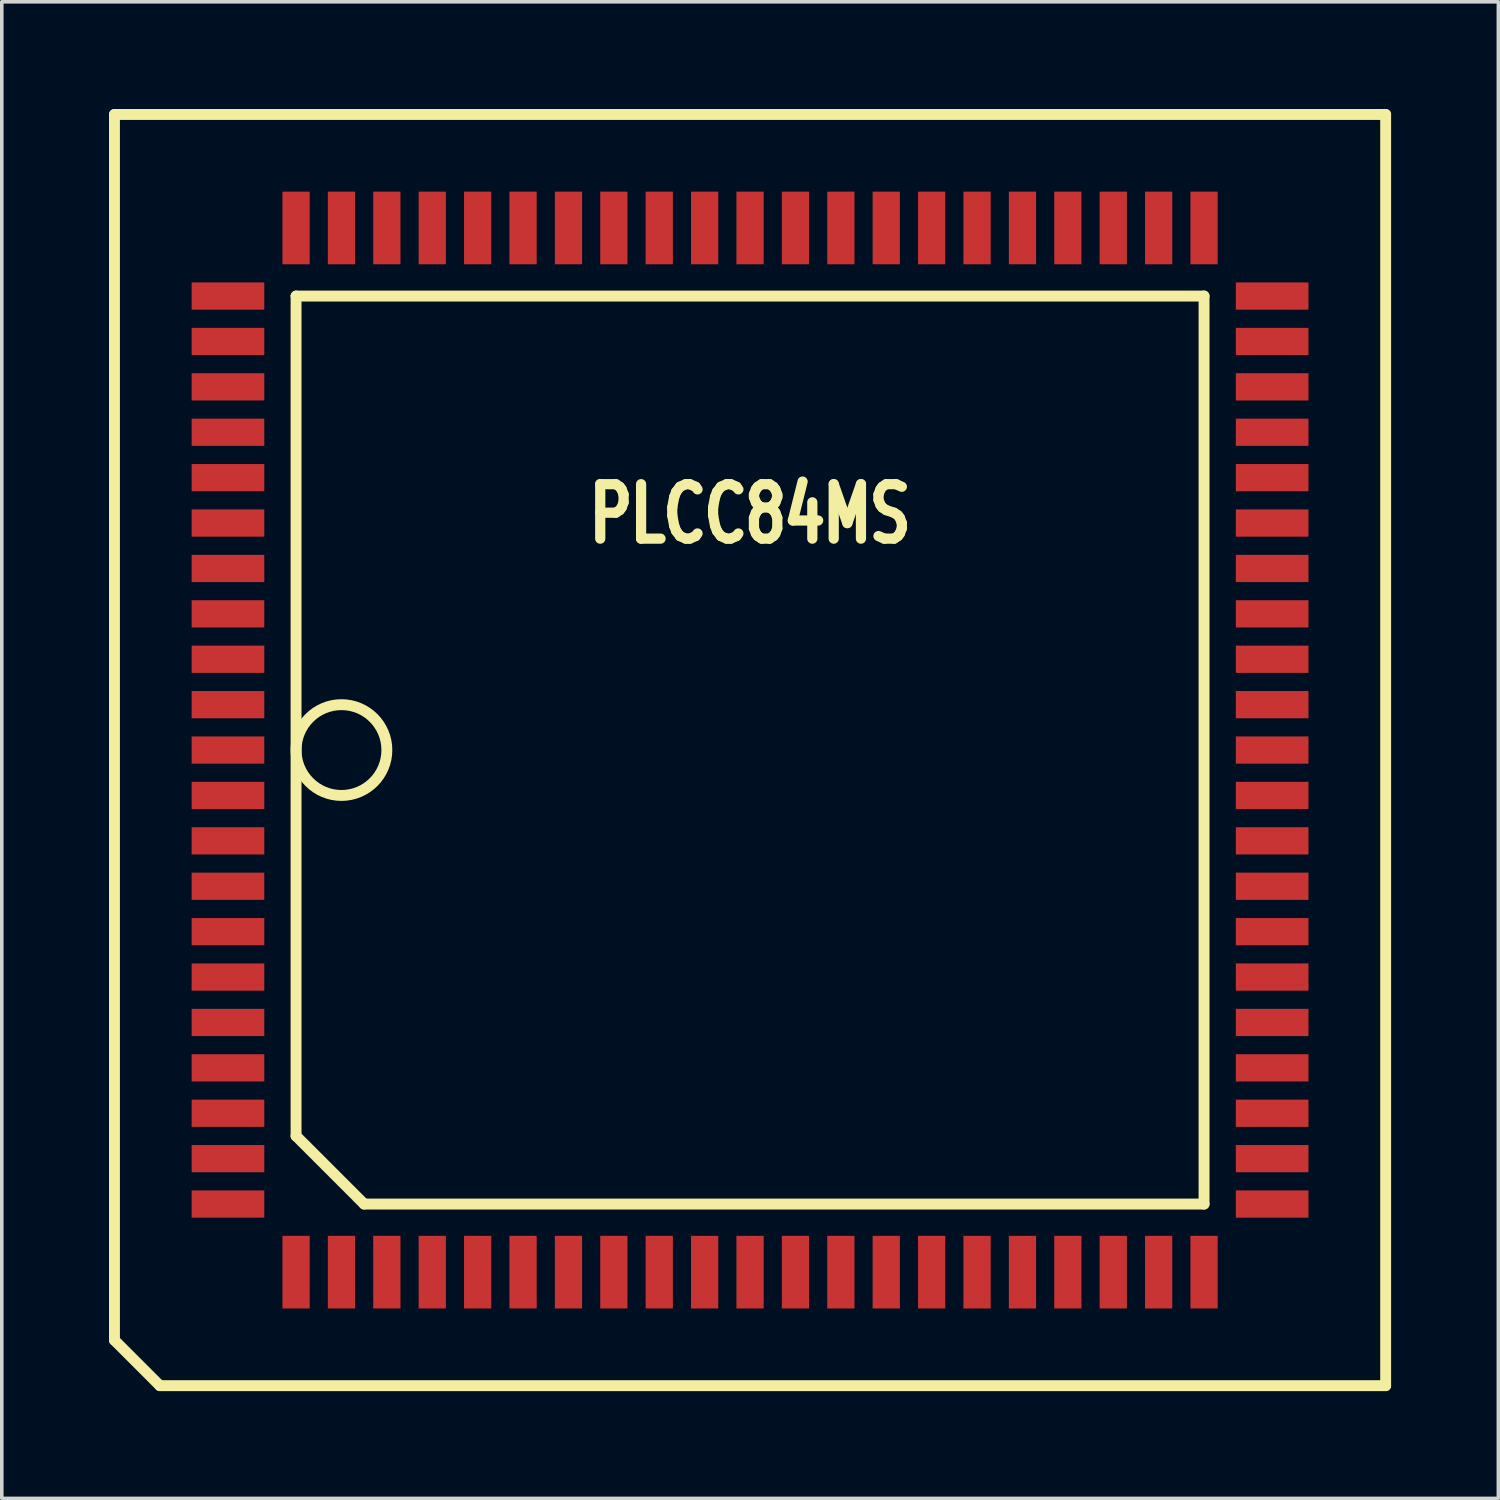
<source format=kicad_pcb>
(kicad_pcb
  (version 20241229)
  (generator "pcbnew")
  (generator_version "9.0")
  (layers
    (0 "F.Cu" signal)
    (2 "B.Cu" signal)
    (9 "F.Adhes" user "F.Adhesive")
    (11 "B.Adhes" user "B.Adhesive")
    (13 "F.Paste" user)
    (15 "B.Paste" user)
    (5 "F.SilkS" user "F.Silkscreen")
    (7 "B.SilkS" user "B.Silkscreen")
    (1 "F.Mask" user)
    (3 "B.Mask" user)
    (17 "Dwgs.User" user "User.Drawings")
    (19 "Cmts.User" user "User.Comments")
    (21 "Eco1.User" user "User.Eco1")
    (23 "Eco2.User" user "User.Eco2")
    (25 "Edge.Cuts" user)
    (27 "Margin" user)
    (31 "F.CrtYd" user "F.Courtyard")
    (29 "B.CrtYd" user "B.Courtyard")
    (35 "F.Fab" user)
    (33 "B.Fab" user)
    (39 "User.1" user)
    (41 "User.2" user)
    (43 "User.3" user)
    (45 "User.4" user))
  (footprint "PLCC84MS"
    (layer "F.Cu")
    (at 17.932 17.932)
    (property "Reference" "PLCC84MS" (at 0 -6.604 0) (layer "F.SilkS") (effects (font (size 1.524 1.143) (thickness 0.305))))
    (attr smd)
    (fp_line (start -17.78 -17.78) (end -17.78 16.51) (stroke (width 0.305) (type solid)) (layer "F.SilkS"))
    (fp_line (start -17.78 16.51) (end -16.51 17.78) (stroke (width 0.305) (type solid)) (layer "F.SilkS"))
    (fp_line (start -16.51 17.78) (end 17.78 17.78) (stroke (width 0.305) (type solid)) (layer "F.SilkS"))
    (fp_line (start -12.7 -12.7) (end 12.7 -12.7) (stroke (width 0.305) (type solid)) (layer "F.SilkS"))
    (fp_line (start -12.7 10.795) (end -12.7 -12.7) (stroke (width 0.305) (type solid)) (layer "F.SilkS"))
    (fp_line (start -10.795 12.7) (end -12.7 10.795) (stroke (width 0.305) (type solid)) (layer "F.SilkS"))
    (fp_line (start 12.7 -12.7) (end 12.7 12.7) (stroke (width 0.305) (type solid)) (layer "F.SilkS"))
    (fp_line (start 12.7 12.7) (end -10.795 12.7) (stroke (width 0.305) (type solid)) (layer "F.SilkS"))
    (fp_line (start 17.78 -17.78) (end -17.78 -17.78) (stroke (width 0.305) (type solid)) (layer "F.SilkS"))
    (fp_line (start 17.78 17.78) (end 17.78 -17.78) (stroke (width 0.305) (type solid)) (layer "F.SilkS"))
    (fp_circle (center -11.43 0) (end -12.7 0) (stroke (width 0.305) (type solid)) (fill no) (layer "F.SilkS"))
    (pad "1" smd rect (at -14.605 0) (size 2.032 0.762) (layers "F.Cu" "F.Mask" "F.Paste"))
    (pad "2" smd rect (at -14.605 1.27) (size 2.032 0.762) (layers "F.Cu" "F.Mask" "F.Paste"))
    (pad "3" smd rect (at -14.605 2.54) (size 2.032 0.762) (layers "F.Cu" "F.Mask" "F.Paste"))
    (pad "4" smd rect (at -14.605 3.81) (size 2.032 0.762) (layers "F.Cu" "F.Mask" "F.Paste"))
    (pad "5" smd rect (at -14.605 5.08) (size 2.032 0.762) (layers "F.Cu" "F.Mask" "F.Paste"))
    (pad "6" smd rect (at -14.605 6.35) (size 2.032 0.762) (layers "F.Cu" "F.Mask" "F.Paste"))
    (pad "7" smd rect (at -14.605 7.62) (size 2.032 0.762) (layers "F.Cu" "F.Mask" "F.Paste"))
    (pad "8" smd rect (at -14.605 8.89) (size 2.032 0.762) (layers "F.Cu" "F.Mask" "F.Paste"))
    (pad "9" smd rect (at -14.605 10.16) (size 2.032 0.762) (layers "F.Cu" "F.Mask" "F.Paste"))
    (pad "10" smd rect (at -14.605 11.43) (size 2.032 0.762) (layers "F.Cu" "F.Mask" "F.Paste"))
    (pad "11" smd rect (at -14.605 12.7) (size 2.032 0.762) (layers "F.Cu" "F.Mask" "F.Paste"))
    (pad "12" smd rect (at -12.7 14.605) (size 0.762 2.032) (layers "F.Cu" "F.Mask" "F.Paste"))
    (pad "13" smd rect (at -11.43 14.605) (size 0.762 2.032) (layers "F.Cu" "F.Mask" "F.Paste"))
    (pad "14" smd rect (at -10.16 14.605) (size 0.762 2.032) (layers "F.Cu" "F.Mask" "F.Paste"))
    (pad "15" smd rect (at -8.89 14.605) (size 0.762 2.032) (layers "F.Cu" "F.Mask" "F.Paste"))
    (pad "16" smd rect (at -7.62 14.605) (size 0.762 2.032) (layers "F.Cu" "F.Mask" "F.Paste"))
    (pad "17" smd rect (at -6.35 14.605) (size 0.762 2.032) (layers "F.Cu" "F.Mask" "F.Paste"))
    (pad "18" smd rect (at -5.08 14.605) (size 0.762 2.032) (layers "F.Cu" "F.Mask" "F.Paste"))
    (pad "19" smd rect (at -3.81 14.605) (size 0.762 2.032) (layers "F.Cu" "F.Mask" "F.Paste"))
    (pad "20" smd rect (at -2.54 14.605) (size 0.762 2.032) (layers "F.Cu" "F.Mask" "F.Paste"))
    (pad "21" smd rect (at -1.27 14.605) (size 0.762 2.032) (layers "F.Cu" "F.Mask" "F.Paste"))
    (pad "22" smd rect (at 0 14.605) (size 0.762 2.032) (layers "F.Cu" "F.Mask" "F.Paste"))
    (pad "23" smd rect (at 1.27 14.605) (size 0.762 2.032) (layers "F.Cu" "F.Mask" "F.Paste"))
    (pad "24" smd rect (at 2.54 14.605) (size 0.762 2.032) (layers "F.Cu" "F.Mask" "F.Paste"))
    (pad "25" smd rect (at 3.81 14.605) (size 0.762 2.032) (layers "F.Cu" "F.Mask" "F.Paste"))
    (pad "26" smd rect (at 5.08 14.605) (size 0.762 2.032) (layers "F.Cu" "F.Mask" "F.Paste"))
    (pad "27" smd rect (at 6.35 14.605) (size 0.762 2.032) (layers "F.Cu" "F.Mask" "F.Paste"))
    (pad "28" smd rect (at 7.62 14.605) (size 0.762 2.032) (layers "F.Cu" "F.Mask" "F.Paste"))
    (pad "29" smd rect (at 8.89 14.605) (size 0.762 2.032) (layers "F.Cu" "F.Mask" "F.Paste"))
    (pad "30" smd rect (at 10.16 14.605) (size 0.762 2.032) (layers "F.Cu" "F.Mask" "F.Paste"))
    (pad "31" smd rect (at 11.43 14.605) (size 0.762 2.032) (layers "F.Cu" "F.Mask" "F.Paste"))
    (pad "32" smd rect (at 12.7 14.605) (size 0.762 2.032) (layers "F.Cu" "F.Mask" "F.Paste"))
    (pad "33" smd rect (at 14.605 12.7) (size 2.032 0.762) (layers "F.Cu" "F.Mask" "F.Paste"))
    (pad "34" smd rect (at 14.605 11.43) (size 2.032 0.762) (layers "F.Cu" "F.Mask" "F.Paste"))
    (pad "35" smd rect (at 14.605 10.16) (size 2.032 0.762) (layers "F.Cu" "F.Mask" "F.Paste"))
    (pad "36" smd rect (at 14.605 8.89) (size 2.032 0.762) (layers "F.Cu" "F.Mask" "F.Paste"))
    (pad "37" smd rect (at 14.605 7.62) (size 2.032 0.762) (layers "F.Cu" "F.Mask" "F.Paste"))
    (pad "38" smd rect (at 14.605 6.35) (size 2.032 0.762) (layers "F.Cu" "F.Mask" "F.Paste"))
    (pad "39" smd rect (at 14.605 5.08) (size 2.032 0.762) (layers "F.Cu" "F.Mask" "F.Paste"))
    (pad "40" smd rect (at 14.605 3.81) (size 2.032 0.762) (layers "F.Cu" "F.Mask" "F.Paste"))
    (pad "41" smd rect (at 14.605 2.54) (size 2.032 0.762) (layers "F.Cu" "F.Mask" "F.Paste"))
    (pad "42" smd rect (at 14.605 1.27) (size 2.032 0.762) (layers "F.Cu" "F.Mask" "F.Paste"))
    (pad "43" smd rect (at 14.605 0) (size 2.032 0.762) (layers "F.Cu" "F.Mask" "F.Paste"))
    (pad "44" smd rect (at 14.605 -1.27) (size 2.032 0.762) (layers "F.Cu" "F.Mask" "F.Paste"))
    (pad "45" smd rect (at 14.605 -2.54) (size 2.032 0.762) (layers "F.Cu" "F.Mask" "F.Paste"))
    (pad "46" smd rect (at 14.605 -3.81) (size 2.032 0.762) (layers "F.Cu" "F.Mask" "F.Paste"))
    (pad "47" smd rect (at 14.605 -5.08) (size 2.032 0.762) (layers "F.Cu" "F.Mask" "F.Paste"))
    (pad "48" smd rect (at 14.605 -6.35) (size 2.032 0.762) (layers "F.Cu" "F.Mask" "F.Paste"))
    (pad "49" smd rect (at 14.605 -7.62) (size 2.032 0.762) (layers "F.Cu" "F.Mask" "F.Paste"))
    (pad "50" smd rect (at 14.605 -8.89) (size 2.032 0.762) (layers "F.Cu" "F.Mask" "F.Paste"))
    (pad "51" smd rect (at 14.605 -10.16) (size 2.032 0.762) (layers "F.Cu" "F.Mask" "F.Paste"))
    (pad "52" smd rect (at 14.605 -11.43) (size 2.032 0.762) (layers "F.Cu" "F.Mask" "F.Paste"))
    (pad "53" smd rect (at 14.605 -12.7) (size 2.032 0.762) (layers "F.Cu" "F.Mask" "F.Paste"))
    (pad "54" smd rect (at 12.7 -14.605) (size 0.762 2.032) (layers "F.Cu" "F.Mask" "F.Paste"))
    (pad "55" smd rect (at 11.43 -14.605) (size 0.762 2.032) (layers "F.Cu" "F.Mask" "F.Paste"))
    (pad "56" smd rect (at 10.16 -14.605) (size 0.762 2.032) (layers "F.Cu" "F.Mask" "F.Paste"))
    (pad "57" smd rect (at 8.89 -14.605) (size 0.762 2.032) (layers "F.Cu" "F.Mask" "F.Paste"))
    (pad "58" smd rect (at 7.62 -14.605) (size 0.762 2.032) (layers "F.Cu" "F.Mask" "F.Paste"))
    (pad "59" smd rect (at 6.35 -14.605) (size 0.762 2.032) (layers "F.Cu" "F.Mask" "F.Paste"))
    (pad "60" smd rect (at 5.08 -14.605) (size 0.762 2.032) (layers "F.Cu" "F.Mask" "F.Paste"))
    (pad "61" smd rect (at 3.81 -14.605) (size 0.762 2.032) (layers "F.Cu" "F.Mask" "F.Paste"))
    (pad "62" smd rect (at 2.54 -14.605) (size 0.762 2.032) (layers "F.Cu" "F.Mask" "F.Paste"))
    (pad "63" smd rect (at 1.27 -14.605) (size 0.762 2.032) (layers "F.Cu" "F.Mask" "F.Paste"))
    (pad "64" smd rect (at 0 -14.605) (size 0.762 2.032) (layers "F.Cu" "F.Mask" "F.Paste"))
    (pad "65" smd rect (at -1.27 -14.605) (size 0.762 2.032) (layers "F.Cu" "F.Mask" "F.Paste"))
    (pad "66" smd rect (at -2.54 -14.605) (size 0.762 2.032) (layers "F.Cu" "F.Mask" "F.Paste"))
    (pad "67" smd rect (at -3.81 -14.605) (size 0.762 2.032) (layers "F.Cu" "F.Mask" "F.Paste"))
    (pad "68" smd rect (at -5.08 -14.605) (size 0.762 2.032) (layers "F.Cu" "F.Mask" "F.Paste"))
    (pad "69" smd rect (at -6.35 -14.605) (size 0.762 2.032) (layers "F.Cu" "F.Mask" "F.Paste"))
    (pad "70" smd rect (at -7.62 -14.605) (size 0.762 2.032) (layers "F.Cu" "F.Mask" "F.Paste"))
    (pad "71" smd rect (at -8.89 -14.605) (size 0.762 2.032) (layers "F.Cu" "F.Mask" "F.Paste"))
    (pad "72" smd rect (at -10.16 -14.605) (size 0.762 2.032) (layers "F.Cu" "F.Mask" "F.Paste"))
    (pad "73" smd rect (at -11.43 -14.605) (size 0.762 2.032) (layers "F.Cu" "F.Mask" "F.Paste"))
    (pad "74" smd rect (at -12.7 -14.605) (size 0.762 2.032) (layers "F.Cu" "F.Mask" "F.Paste"))
    (pad "75" smd rect (at -14.605 -12.7) (size 2.032 0.762) (layers "F.Cu" "F.Mask" "F.Paste"))
    (pad "76" smd rect (at -14.605 -11.43) (size 2.032 0.762) (layers "F.Cu" "F.Mask" "F.Paste"))
    (pad "77" smd rect (at -14.605 -10.16) (size 2.032 0.762) (layers "F.Cu" "F.Mask" "F.Paste"))
    (pad "78" smd rect (at -14.605 -8.89) (size 2.032 0.762) (layers "F.Cu" "F.Mask" "F.Paste"))
    (pad "79" smd rect (at -14.605 -7.62) (size 2.032 0.762) (layers "F.Cu" "F.Mask" "F.Paste"))
    (pad "80" smd rect (at -14.605 -6.35) (size 2.032 0.762) (layers "F.Cu" "F.Mask" "F.Paste"))
    (pad "81" smd rect (at -14.605 -5.08) (size 2.032 0.762) (layers "F.Cu" "F.Mask" "F.Paste"))
    (pad "82" smd rect (at -14.605 -3.81) (size 2.032 0.762) (layers "F.Cu" "F.Mask" "F.Paste"))
    (pad "83" smd rect (at -14.605 -2.54) (size 2.032 0.762) (layers "F.Cu" "F.Mask" "F.Paste"))
    (pad "84" smd rect (at -14.605 -1.27) (size 2.032 0.762) (layers "F.Cu" "F.Mask" "F.Paste")))
  (gr_rect
    (start -3 -3)
    (end 38.865 38.865)
    (stroke (width 0.1) (type default))
    (fill no)
    (layer "Edge.Cuts")))
</source>
